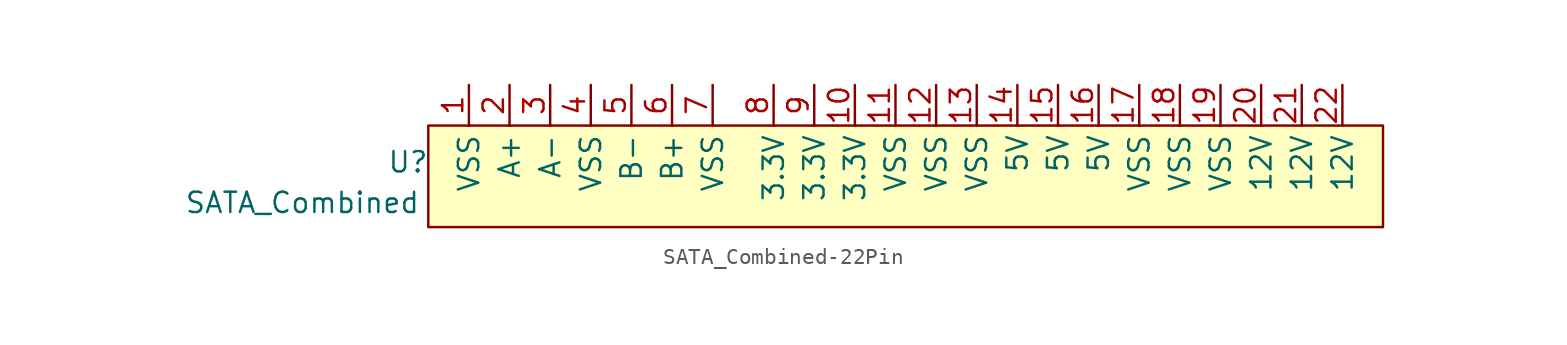
<source format=kicad_sym>
(kicad_symbol_lib
  (version 20231120)
  (generator "kicad_symbol_editor")
  (generator_version "8.0")
  (symbol "SATA_Combined-22Pin"
    (property "Reference" "U"
      (at -1.27 -4.826 0)
      (effects (font (size 1.27 1.27))))
    (property "Value" "SATA_Combined"
      (at -7.874 -7.366 0)
      (effects (font (size 1.27 1.27))))
    (symbol "SATA_Combined-22Pin_1_1"
      (rectangle (start 0 -2.54) (end 59.69 -8.89) (stroke (width 0) (type default)) (fill (type background)))
      (pin input line (at 2.54 0 270) (length 2.54) (name "VSS" (effects (font (size 1.27 1.27)))) (number "1" (effects (font (size 1.27 1.27)))))
      (pin input line (at 26.67 0 270) (length 2.54) (name "3.3V" (effects (font (size 1.27 1.27)))) (number "10" (effects (font (size 1.27 1.27)))))
      (pin input line (at 29.21 0 270) (length 2.54) (name "VSS" (effects (font (size 1.27 1.27)))) (number "11" (effects (font (size 1.27 1.27)))))
      (pin input line (at 31.75 0 270) (length 2.54) (name "VSS" (effects (font (size 1.27 1.27)))) (number "12" (effects (font (size 1.27 1.27)))))
      (pin input line (at 34.29 0 270) (length 2.54) (name "VSS" (effects (font (size 1.27 1.27)))) (number "13" (effects (font (size 1.27 1.27)))))
      (pin input line (at 36.83 0 270) (length 2.54) (name "5V" (effects (font (size 1.27 1.27)))) (number "14" (effects (font (size 1.27 1.27)))))
      (pin input line (at 39.37 0 270) (length 2.54) (name "5V" (effects (font (size 1.27 1.27)))) (number "15" (effects (font (size 1.27 1.27)))))
      (pin input line (at 41.91 0 270) (length 2.54) (name "5V" (effects (font (size 1.27 1.27)))) (number "16" (effects (font (size 1.27 1.27)))))
      (pin input line (at 44.45 0 270) (length 2.54) (name "VSS" (effects (font (size 1.27 1.27)))) (number "17" (effects (font (size 1.27 1.27)))))
      (pin input line (at 46.99 0 270) (length 2.54) (name "VSS" (effects (font (size 1.27 1.27)))) (number "18" (effects (font (size 1.27 1.27)))))
      (pin input line (at 49.53 0 270) (length 2.54) (name "VSS" (effects (font (size 1.27 1.27)))) (number "19" (effects (font (size 1.27 1.27)))))
      (pin input line (at 5.08 0 270) (length 2.54) (name "A+" (effects (font (size 1.27 1.27)))) (number "2" (effects (font (size 1.27 1.27)))))
      (pin input line (at 52.07 0 270) (length 2.54) (name "12V" (effects (font (size 1.27 1.27)))) (number "20" (effects (font (size 1.27 1.27)))))
      (pin input line (at 54.61 0 270) (length 2.54) (name "12V" (effects (font (size 1.27 1.27)))) (number "21" (effects (font (size 1.27 1.27)))))
      (pin input line (at 57.15 0 270) (length 2.54) (name "12V" (effects (font (size 1.27 1.27)))) (number "22" (effects (font (size 1.27 1.27)))))
      (pin input line (at 7.62 0 270) (length 2.54) (name "A-" (effects (font (size 1.27 1.27)))) (number "3" (effects (font (size 1.27 1.27)))))
      (pin input line (at 10.16 0 270) (length 2.54) (name "VSS" (effects (font (size 1.27 1.27)))) (number "4" (effects (font (size 1.27 1.27)))))
      (pin input line (at 12.7 0 270) (length 2.54) (name "B-" (effects (font (size 1.27 1.27)))) (number "5" (effects (font (size 1.27 1.27)))))
      (pin input line (at 15.24 0 270) (length 2.54) (name "B+" (effects (font (size 1.27 1.27)))) (number "6" (effects (font (size 1.27 1.27)))))
      (pin input line (at 17.78 0 270) (length 2.54) (name "VSS" (effects (font (size 1.27 1.27)))) (number "7" (effects (font (size 1.27 1.27)))))
      (pin input line (at 21.59 0 270) (length 2.54) (name "3.3V" (effects (font (size 1.27 1.27)))) (number "8" (effects (font (size 1.27 1.27)))))
      (pin input line (at 24.13 0 270) (length 2.54) (name "3.3V" (effects (font (size 1.27 1.27)))) (number "9" (effects (font (size 1.27 1.27))))))))
</source>
